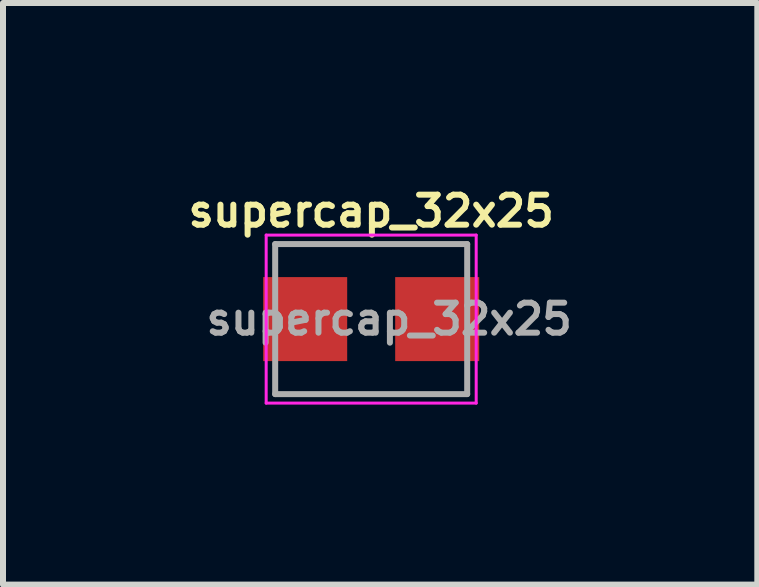
<source format=kicad_pcb>
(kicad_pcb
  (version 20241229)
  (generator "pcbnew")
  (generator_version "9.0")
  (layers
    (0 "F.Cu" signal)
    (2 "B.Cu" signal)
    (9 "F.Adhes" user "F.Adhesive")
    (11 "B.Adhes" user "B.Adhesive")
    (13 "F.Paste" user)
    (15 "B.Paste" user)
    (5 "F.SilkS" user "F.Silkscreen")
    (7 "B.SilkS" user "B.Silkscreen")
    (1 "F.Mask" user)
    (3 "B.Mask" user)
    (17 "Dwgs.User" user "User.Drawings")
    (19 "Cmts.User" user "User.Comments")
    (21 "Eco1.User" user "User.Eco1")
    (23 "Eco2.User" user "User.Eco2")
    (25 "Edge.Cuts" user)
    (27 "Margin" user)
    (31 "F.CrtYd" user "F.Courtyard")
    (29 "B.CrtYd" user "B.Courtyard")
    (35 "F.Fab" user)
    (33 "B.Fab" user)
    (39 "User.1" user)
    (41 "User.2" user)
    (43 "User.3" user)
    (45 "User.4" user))
  (footprint "supercap_32x25"
    (layer "F.Cu")
    (at 3.136 2.268)
    (property "Reference" "supercap_32x25" (at 0 -1.8 0) (layer "F.SilkS") (effects (font (size 0.5 0.5) (thickness 0.1))))
    (attr smd)
    (fp_line (start -1.75 -1.4) (end -1.75 1.4) (stroke (width 0.05) (type solid)) (layer "F.CrtYd"))
    (fp_line (start -1.75 -1.4) (end 1.75 -1.4) (stroke (width 0.05) (type solid)) (layer "F.CrtYd"))
    (fp_line (start -1.75 1.4) (end 1.75 1.4) (stroke (width 0.05) (type solid)) (layer "F.CrtYd"))
    (fp_line (start 1.75 -1.4) (end 1.75 1.4) (stroke (width 0.05) (type solid)) (layer "F.CrtYd"))
    (fp_line (start -1.6 -1.25) (end -1.6 1.25) (stroke (width 0.1) (type solid)) (layer "F.Fab"))
    (fp_line (start -1.6 1.25) (end 1.6 1.25) (stroke (width 0.1) (type solid)) (layer "F.Fab"))
    (fp_line (start 1.6 -1.25) (end -1.6 -1.25) (stroke (width 0.1) (type solid)) (layer "F.Fab"))
    (fp_line (start 1.6 1.25) (end 1.6 -1.25) (stroke (width 0.1) (type solid)) (layer "F.Fab"))
    (fp_text user "${REFERENCE}" (at 0.3 0 0) (layer "F.Fab") (effects (font (size 0.5 0.5) (thickness 0.1))))
    (pad "1" smd rect (at -1.1 0) (size 1.4 1.4) (layers "F.Cu" "F.Mask" "F.Paste"))
    (pad "2" smd rect (at 1.1 0) (size 1.4 1.4) (layers "F.Cu" "F.Mask" "F.Paste")))
  (gr_rect
    (start -3 -3)
    (end 9.571 6.693)
    (stroke (width 0.1) (type default))
    (fill no)
    (layer "Edge.Cuts")))
</source>
